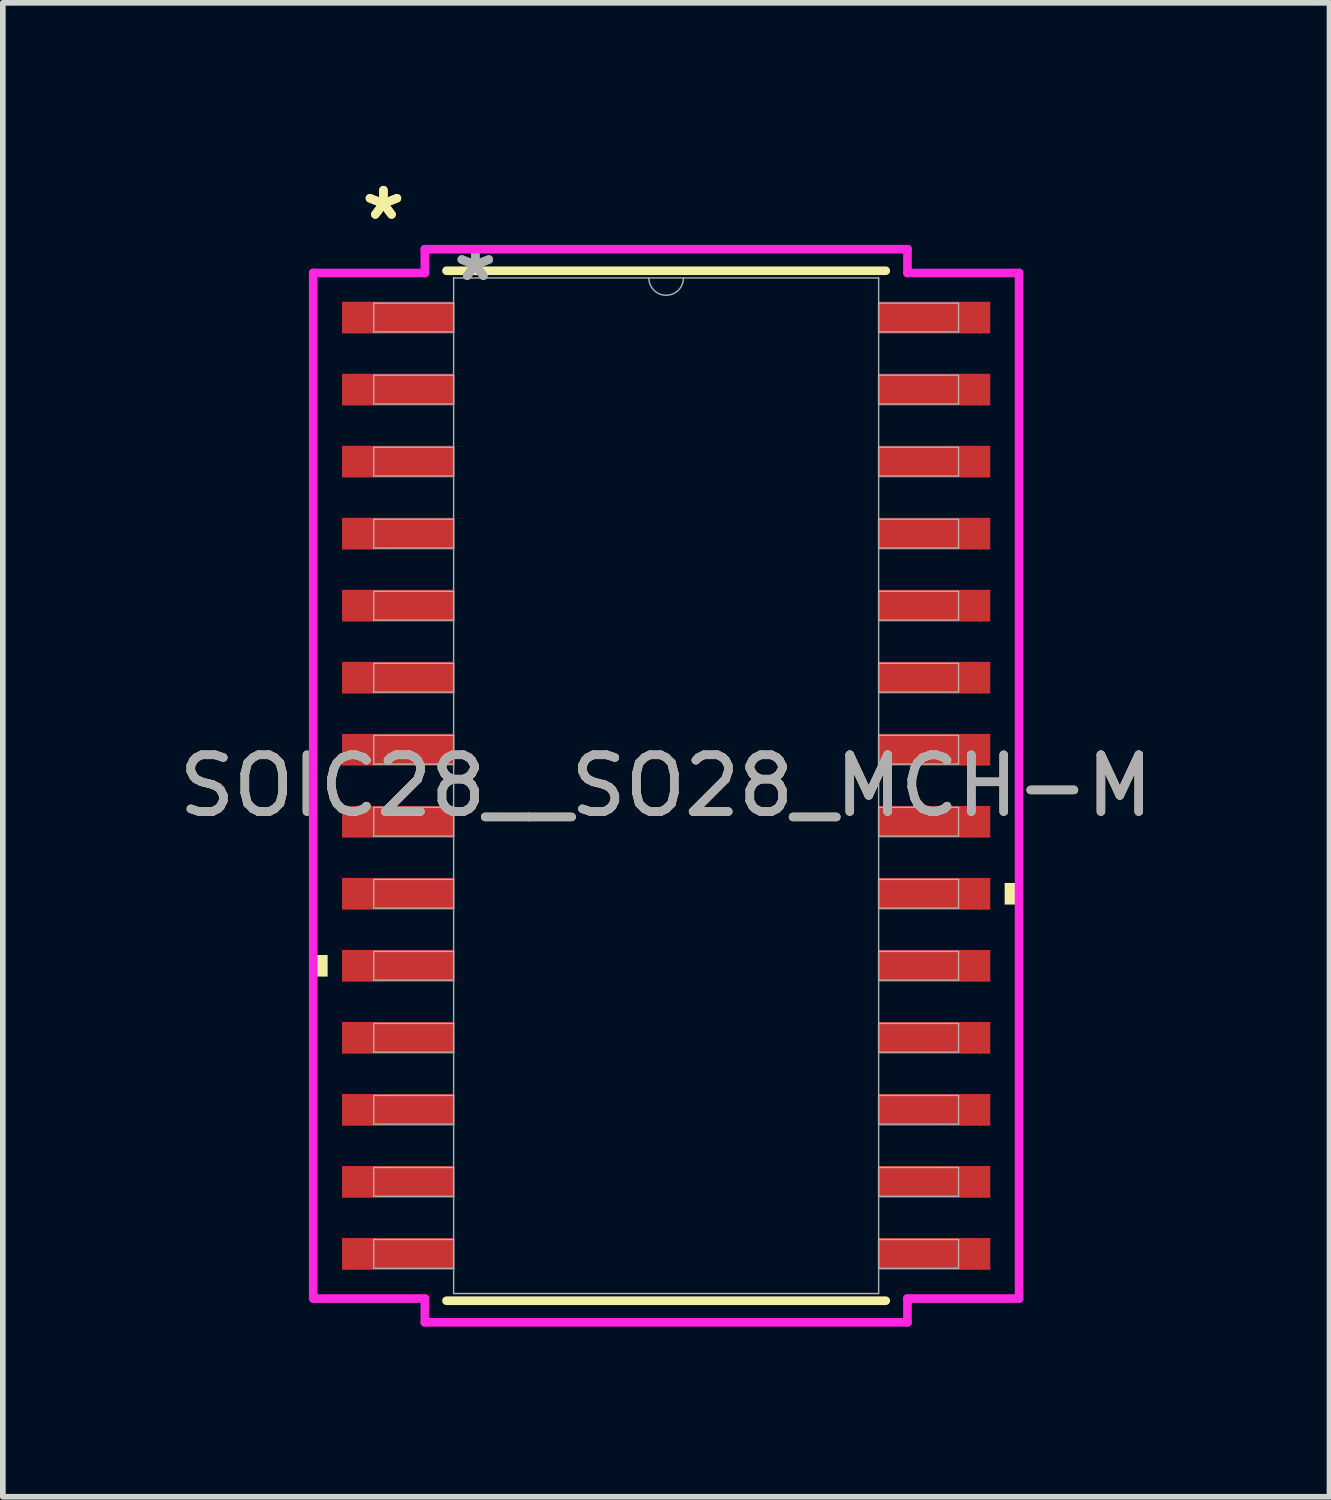
<source format=kicad_pcb>
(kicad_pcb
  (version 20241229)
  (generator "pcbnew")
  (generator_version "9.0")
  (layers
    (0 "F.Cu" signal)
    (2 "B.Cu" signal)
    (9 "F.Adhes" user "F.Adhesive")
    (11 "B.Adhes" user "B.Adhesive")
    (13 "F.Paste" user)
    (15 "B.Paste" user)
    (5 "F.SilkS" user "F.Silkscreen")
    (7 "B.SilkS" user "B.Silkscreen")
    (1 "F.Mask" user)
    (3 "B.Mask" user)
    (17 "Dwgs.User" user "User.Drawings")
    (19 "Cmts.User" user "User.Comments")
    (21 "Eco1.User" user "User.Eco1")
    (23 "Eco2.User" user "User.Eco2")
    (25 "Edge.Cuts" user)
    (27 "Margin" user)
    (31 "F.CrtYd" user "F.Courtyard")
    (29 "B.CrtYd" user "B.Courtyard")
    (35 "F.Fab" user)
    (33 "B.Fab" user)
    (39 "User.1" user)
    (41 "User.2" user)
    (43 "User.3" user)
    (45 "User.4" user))
  (footprint "SOIC28__SO28_MCH-M"
    (layer "F.Cu")
    (at 8.696 10.805)
    (property "Reference" "SOIC28__SO28_MCH-M" (at 0 0 0) (unlocked yes) (layer "F.SilkS") (effects (font (size 1 1) (thickness 0.15))))
    (attr smd)
    (fp_line (start -3.873 9.081) (end 3.873 9.081) (stroke (width 0.152) (type solid)) (layer "F.SilkS"))
    (fp_line (start 3.873 -9.081) (end -3.873 -9.081) (stroke (width 0.152) (type solid)) (layer "F.SilkS"))
    (fp_poly (pts (xy -6.223 2.985) (xy -6.223 3.365) (xy -5.969 3.365) (xy -5.969 2.985)) (stroke (width 0) (type solid)) (fill yes) (layer "F.SilkS"))
    (fp_poly (pts (xy 6.223 1.714) (xy 6.223 2.095) (xy 5.969 2.095) (xy 5.969 1.714)) (stroke (width 0) (type solid)) (fill yes) (layer "F.SilkS"))
    (fp_line (start -6.223 -9.042) (end -4.255 -9.042) (stroke (width 0.152) (type solid)) (layer "F.CrtYd"))
    (fp_line (start -6.223 9.042) (end -6.223 -9.042) (stroke (width 0.152) (type solid)) (layer "F.CrtYd"))
    (fp_line (start -6.223 9.042) (end -4.255 9.042) (stroke (width 0.152) (type solid)) (layer "F.CrtYd"))
    (fp_line (start -4.255 -9.461) (end 4.255 -9.461) (stroke (width 0.152) (type solid)) (layer "F.CrtYd"))
    (fp_line (start -4.255 -9.042) (end -4.255 -9.461) (stroke (width 0.152) (type solid)) (layer "F.CrtYd"))
    (fp_line (start -4.255 9.461) (end -4.255 9.042) (stroke (width 0.152) (type solid)) (layer "F.CrtYd"))
    (fp_line (start 4.255 -9.461) (end 4.255 -9.042) (stroke (width 0.152) (type solid)) (layer "F.CrtYd"))
    (fp_line (start 4.255 9.042) (end 4.255 9.461) (stroke (width 0.152) (type solid)) (layer "F.CrtYd"))
    (fp_line (start 4.255 9.461) (end -4.255 9.461) (stroke (width 0.152) (type solid)) (layer "F.CrtYd"))
    (fp_line (start 6.223 -9.042) (end 4.255 -9.042) (stroke (width 0.152) (type solid)) (layer "F.CrtYd"))
    (fp_line (start 6.223 -9.042) (end 6.223 9.042) (stroke (width 0.152) (type solid)) (layer "F.CrtYd"))
    (fp_line (start 6.223 9.042) (end 4.255 9.042) (stroke (width 0.152) (type solid)) (layer "F.CrtYd"))
    (fp_line (start -5.156 -8.509) (end -5.156 -8.001) (stroke (width 0.025) (type solid)) (layer "F.Fab"))
    (fp_line (start -5.156 -8.001) (end -3.747 -8.001) (stroke (width 0.025) (type solid)) (layer "F.Fab"))
    (fp_line (start -5.156 -7.239) (end -5.156 -6.731) (stroke (width 0.025) (type solid)) (layer "F.Fab"))
    (fp_line (start -5.156 -6.731) (end -3.747 -6.731) (stroke (width 0.025) (type solid)) (layer "F.Fab"))
    (fp_line (start -5.156 -5.969) (end -5.156 -5.461) (stroke (width 0.025) (type solid)) (layer "F.Fab"))
    (fp_line (start -5.156 -5.461) (end -3.747 -5.461) (stroke (width 0.025) (type solid)) (layer "F.Fab"))
    (fp_line (start -5.156 -4.699) (end -5.156 -4.191) (stroke (width 0.025) (type solid)) (layer "F.Fab"))
    (fp_line (start -5.156 -4.191) (end -3.747 -4.191) (stroke (width 0.025) (type solid)) (layer "F.Fab"))
    (fp_line (start -5.156 -3.429) (end -5.156 -2.921) (stroke (width 0.025) (type solid)) (layer "F.Fab"))
    (fp_line (start -5.156 -2.921) (end -3.747 -2.921) (stroke (width 0.025) (type solid)) (layer "F.Fab"))
    (fp_line (start -5.156 -2.159) (end -5.156 -1.651) (stroke (width 0.025) (type solid)) (layer "F.Fab"))
    (fp_line (start -5.156 -1.651) (end -3.747 -1.651) (stroke (width 0.025) (type solid)) (layer "F.Fab"))
    (fp_line (start -5.156 -0.889) (end -5.156 -0.381) (stroke (width 0.025) (type solid)) (layer "F.Fab"))
    (fp_line (start -5.156 -0.381) (end -3.747 -0.381) (stroke (width 0.025) (type solid)) (layer "F.Fab"))
    (fp_line (start -5.156 0.381) (end -5.156 0.889) (stroke (width 0.025) (type solid)) (layer "F.Fab"))
    (fp_line (start -5.156 0.889) (end -3.747 0.889) (stroke (width 0.025) (type solid)) (layer "F.Fab"))
    (fp_line (start -5.156 1.651) (end -5.156 2.159) (stroke (width 0.025) (type solid)) (layer "F.Fab"))
    (fp_line (start -5.156 2.159) (end -3.747 2.159) (stroke (width 0.025) (type solid)) (layer "F.Fab"))
    (fp_line (start -5.156 2.921) (end -5.156 3.429) (stroke (width 0.025) (type solid)) (layer "F.Fab"))
    (fp_line (start -5.156 3.429) (end -3.747 3.429) (stroke (width 0.025) (type solid)) (layer "F.Fab"))
    (fp_line (start -5.156 4.191) (end -5.156 4.699) (stroke (width 0.025) (type solid)) (layer "F.Fab"))
    (fp_line (start -5.156 4.699) (end -3.747 4.699) (stroke (width 0.025) (type solid)) (layer "F.Fab"))
    (fp_line (start -5.156 5.461) (end -5.156 5.969) (stroke (width 0.025) (type solid)) (layer "F.Fab"))
    (fp_line (start -5.156 5.969) (end -3.747 5.969) (stroke (width 0.025) (type solid)) (layer "F.Fab"))
    (fp_line (start -5.156 6.731) (end -5.156 7.239) (stroke (width 0.025) (type solid)) (layer "F.Fab"))
    (fp_line (start -5.156 7.239) (end -3.747 7.239) (stroke (width 0.025) (type solid)) (layer "F.Fab"))
    (fp_line (start -5.156 8.001) (end -5.156 8.509) (stroke (width 0.025) (type solid)) (layer "F.Fab"))
    (fp_line (start -5.156 8.509) (end -3.747 8.509) (stroke (width 0.025) (type solid)) (layer "F.Fab"))
    (fp_line (start -3.747 -8.954) (end -3.747 8.954) (stroke (width 0.025) (type solid)) (layer "F.Fab"))
    (fp_line (start -3.747 -8.509) (end -5.156 -8.509) (stroke (width 0.025) (type solid)) (layer "F.Fab"))
    (fp_line (start -3.747 -8.001) (end -3.747 -8.509) (stroke (width 0.025) (type solid)) (layer "F.Fab"))
    (fp_line (start -3.747 -7.239) (end -5.156 -7.239) (stroke (width 0.025) (type solid)) (layer "F.Fab"))
    (fp_line (start -3.747 -6.731) (end -3.747 -7.239) (stroke (width 0.025) (type solid)) (layer "F.Fab"))
    (fp_line (start -3.747 -5.969) (end -5.156 -5.969) (stroke (width 0.025) (type solid)) (layer "F.Fab"))
    (fp_line (start -3.747 -5.461) (end -3.747 -5.969) (stroke (width 0.025) (type solid)) (layer "F.Fab"))
    (fp_line (start -3.747 -4.699) (end -5.156 -4.699) (stroke (width 0.025) (type solid)) (layer "F.Fab"))
    (fp_line (start -3.747 -4.191) (end -3.747 -4.699) (stroke (width 0.025) (type solid)) (layer "F.Fab"))
    (fp_line (start -3.747 -3.429) (end -5.156 -3.429) (stroke (width 0.025) (type solid)) (layer "F.Fab"))
    (fp_line (start -3.747 -2.921) (end -3.747 -3.429) (stroke (width 0.025) (type solid)) (layer "F.Fab"))
    (fp_line (start -3.747 -2.159) (end -5.156 -2.159) (stroke (width 0.025) (type solid)) (layer "F.Fab"))
    (fp_line (start -3.747 -1.651) (end -3.747 -2.159) (stroke (width 0.025) (type solid)) (layer "F.Fab"))
    (fp_line (start -3.747 -0.889) (end -5.156 -0.889) (stroke (width 0.025) (type solid)) (layer "F.Fab"))
    (fp_line (start -3.747 -0.381) (end -3.747 -0.889) (stroke (width 0.025) (type solid)) (layer "F.Fab"))
    (fp_line (start -3.747 0.381) (end -5.156 0.381) (stroke (width 0.025) (type solid)) (layer "F.Fab"))
    (fp_line (start -3.747 0.889) (end -3.747 0.381) (stroke (width 0.025) (type solid)) (layer "F.Fab"))
    (fp_line (start -3.747 1.651) (end -5.156 1.651) (stroke (width 0.025) (type solid)) (layer "F.Fab"))
    (fp_line (start -3.747 2.159) (end -3.747 1.651) (stroke (width 0.025) (type solid)) (layer "F.Fab"))
    (fp_line (start -3.747 2.921) (end -5.156 2.921) (stroke (width 0.025) (type solid)) (layer "F.Fab"))
    (fp_line (start -3.747 3.429) (end -3.747 2.921) (stroke (width 0.025) (type solid)) (layer "F.Fab"))
    (fp_line (start -3.747 4.191) (end -5.156 4.191) (stroke (width 0.025) (type solid)) (layer "F.Fab"))
    (fp_line (start -3.747 4.699) (end -3.747 4.191) (stroke (width 0.025) (type solid)) (layer "F.Fab"))
    (fp_line (start -3.747 5.461) (end -5.156 5.461) (stroke (width 0.025) (type solid)) (layer "F.Fab"))
    (fp_line (start -3.747 5.969) (end -3.747 5.461) (stroke (width 0.025) (type solid)) (layer "F.Fab"))
    (fp_line (start -3.747 6.731) (end -5.156 6.731) (stroke (width 0.025) (type solid)) (layer "F.Fab"))
    (fp_line (start -3.747 7.239) (end -3.747 6.731) (stroke (width 0.025) (type solid)) (layer "F.Fab"))
    (fp_line (start -3.747 8.001) (end -5.156 8.001) (stroke (width 0.025) (type solid)) (layer "F.Fab"))
    (fp_line (start -3.747 8.509) (end -3.747 8.001) (stroke (width 0.025) (type solid)) (layer "F.Fab"))
    (fp_line (start -3.747 8.954) (end 3.747 8.954) (stroke (width 0.025) (type solid)) (layer "F.Fab"))
    (fp_line (start 3.747 -8.954) (end -3.747 -8.954) (stroke (width 0.025) (type solid)) (layer "F.Fab"))
    (fp_line (start 3.747 -8.509) (end 3.747 -8.001) (stroke (width 0.025) (type solid)) (layer "F.Fab"))
    (fp_line (start 3.747 -8.001) (end 5.156 -8.001) (stroke (width 0.025) (type solid)) (layer "F.Fab"))
    (fp_line (start 3.747 -7.239) (end 3.747 -6.731) (stroke (width 0.025) (type solid)) (layer "F.Fab"))
    (fp_line (start 3.747 -6.731) (end 5.156 -6.731) (stroke (width 0.025) (type solid)) (layer "F.Fab"))
    (fp_line (start 3.747 -5.969) (end 3.747 -5.461) (stroke (width 0.025) (type solid)) (layer "F.Fab"))
    (fp_line (start 3.747 -5.461) (end 5.156 -5.461) (stroke (width 0.025) (type solid)) (layer "F.Fab"))
    (fp_line (start 3.747 -4.699) (end 3.747 -4.191) (stroke (width 0.025) (type solid)) (layer "F.Fab"))
    (fp_line (start 3.747 -4.191) (end 5.156 -4.191) (stroke (width 0.025) (type solid)) (layer "F.Fab"))
    (fp_line (start 3.747 -3.429) (end 3.747 -2.921) (stroke (width 0.025) (type solid)) (layer "F.Fab"))
    (fp_line (start 3.747 -2.921) (end 5.156 -2.921) (stroke (width 0.025) (type solid)) (layer "F.Fab"))
    (fp_line (start 3.747 -2.159) (end 3.747 -1.651) (stroke (width 0.025) (type solid)) (layer "F.Fab"))
    (fp_line (start 3.747 -1.651) (end 5.156 -1.651) (stroke (width 0.025) (type solid)) (layer "F.Fab"))
    (fp_line (start 3.747 -0.889) (end 3.747 -0.381) (stroke (width 0.025) (type solid)) (layer "F.Fab"))
    (fp_line (start 3.747 -0.381) (end 5.156 -0.381) (stroke (width 0.025) (type solid)) (layer "F.Fab"))
    (fp_line (start 3.747 0.381) (end 3.747 0.889) (stroke (width 0.025) (type solid)) (layer "F.Fab"))
    (fp_line (start 3.747 0.889) (end 5.156 0.889) (stroke (width 0.025) (type solid)) (layer "F.Fab"))
    (fp_line (start 3.747 1.651) (end 3.747 2.159) (stroke (width 0.025) (type solid)) (layer "F.Fab"))
    (fp_line (start 3.747 2.159) (end 5.156 2.159) (stroke (width 0.025) (type solid)) (layer "F.Fab"))
    (fp_line (start 3.747 2.921) (end 3.747 3.429) (stroke (width 0.025) (type solid)) (layer "F.Fab"))
    (fp_line (start 3.747 3.429) (end 5.156 3.429) (stroke (width 0.025) (type solid)) (layer "F.Fab"))
    (fp_line (start 3.747 4.191) (end 3.747 4.699) (stroke (width 0.025) (type solid)) (layer "F.Fab"))
    (fp_line (start 3.747 4.699) (end 5.156 4.699) (stroke (width 0.025) (type solid)) (layer "F.Fab"))
    (fp_line (start 3.747 5.461) (end 3.747 5.969) (stroke (width 0.025) (type solid)) (layer "F.Fab"))
    (fp_line (start 3.747 5.969) (end 5.156 5.969) (stroke (width 0.025) (type solid)) (layer "F.Fab"))
    (fp_line (start 3.747 6.731) (end 3.747 7.239) (stroke (width 0.025) (type solid)) (layer "F.Fab"))
    (fp_line (start 3.747 7.239) (end 5.156 7.239) (stroke (width 0.025) (type solid)) (layer "F.Fab"))
    (fp_line (start 3.747 8.001) (end 3.747 8.509) (stroke (width 0.025) (type solid)) (layer "F.Fab"))
    (fp_line (start 3.747 8.509) (end 5.156 8.509) (stroke (width 0.025) (type solid)) (layer "F.Fab"))
    (fp_line (start 3.747 8.954) (end 3.747 -8.954) (stroke (width 0.025) (type solid)) (layer "F.Fab"))
    (fp_line (start 5.156 -8.509) (end 3.747 -8.509) (stroke (width 0.025) (type solid)) (layer "F.Fab"))
    (fp_line (start 5.156 -8.001) (end 5.156 -8.509) (stroke (width 0.025) (type solid)) (layer "F.Fab"))
    (fp_line (start 5.156 -7.239) (end 3.747 -7.239) (stroke (width 0.025) (type solid)) (layer "F.Fab"))
    (fp_line (start 5.156 -6.731) (end 5.156 -7.239) (stroke (width 0.025) (type solid)) (layer "F.Fab"))
    (fp_line (start 5.156 -5.969) (end 3.747 -5.969) (stroke (width 0.025) (type solid)) (layer "F.Fab"))
    (fp_line (start 5.156 -5.461) (end 5.156 -5.969) (stroke (width 0.025) (type solid)) (layer "F.Fab"))
    (fp_line (start 5.156 -4.699) (end 3.747 -4.699) (stroke (width 0.025) (type solid)) (layer "F.Fab"))
    (fp_line (start 5.156 -4.191) (end 5.156 -4.699) (stroke (width 0.025) (type solid)) (layer "F.Fab"))
    (fp_line (start 5.156 -3.429) (end 3.747 -3.429) (stroke (width 0.025) (type solid)) (layer "F.Fab"))
    (fp_line (start 5.156 -2.921) (end 5.156 -3.429) (stroke (width 0.025) (type solid)) (layer "F.Fab"))
    (fp_line (start 5.156 -2.159) (end 3.747 -2.159) (stroke (width 0.025) (type solid)) (layer "F.Fab"))
    (fp_line (start 5.156 -1.651) (end 5.156 -2.159) (stroke (width 0.025) (type solid)) (layer "F.Fab"))
    (fp_line (start 5.156 -0.889) (end 3.747 -0.889) (stroke (width 0.025) (type solid)) (layer "F.Fab"))
    (fp_line (start 5.156 -0.381) (end 5.156 -0.889) (stroke (width 0.025) (type solid)) (layer "F.Fab"))
    (fp_line (start 5.156 0.381) (end 3.747 0.381) (stroke (width 0.025) (type solid)) (layer "F.Fab"))
    (fp_line (start 5.156 0.889) (end 5.156 0.381) (stroke (width 0.025) (type solid)) (layer "F.Fab"))
    (fp_line (start 5.156 1.651) (end 3.747 1.651) (stroke (width 0.025) (type solid)) (layer "F.Fab"))
    (fp_line (start 5.156 2.159) (end 5.156 1.651) (stroke (width 0.025) (type solid)) (layer "F.Fab"))
    (fp_line (start 5.156 2.921) (end 3.747 2.921) (stroke (width 0.025) (type solid)) (layer "F.Fab"))
    (fp_line (start 5.156 3.429) (end 5.156 2.921) (stroke (width 0.025) (type solid)) (layer "F.Fab"))
    (fp_line (start 5.156 4.191) (end 3.747 4.191) (stroke (width 0.025) (type solid)) (layer "F.Fab"))
    (fp_line (start 5.156 4.699) (end 5.156 4.191) (stroke (width 0.025) (type solid)) (layer "F.Fab"))
    (fp_line (start 5.156 5.461) (end 3.747 5.461) (stroke (width 0.025) (type solid)) (layer "F.Fab"))
    (fp_line (start 5.156 5.969) (end 5.156 5.461) (stroke (width 0.025) (type solid)) (layer "F.Fab"))
    (fp_line (start 5.156 6.731) (end 3.747 6.731) (stroke (width 0.025) (type solid)) (layer "F.Fab"))
    (fp_line (start 5.156 7.239) (end 5.156 6.731) (stroke (width 0.025) (type solid)) (layer "F.Fab"))
    (fp_line (start 5.156 8.001) (end 3.747 8.001) (stroke (width 0.025) (type solid)) (layer "F.Fab"))
    (fp_line (start 5.156 8.509) (end 5.156 8.001) (stroke (width 0.025) (type solid)) (layer "F.Fab"))
    (fp_arc (start 0.3048 -8.9535) (mid 0 -8.6487) (end -0.3048 -8.9535) (stroke (width 0.0254) (type solid)) (layer "F.Fab"))
    (fp_text user "*" (at -4.985 -9.957 0) (layer "F.SilkS") (effects (font (size 1 1) (thickness 0.15))))
    (fp_text user "*" (at -4.985 -9.957 0) (unlocked yes) (layer "F.SilkS") (effects (font (size 1 1) (thickness 0.15))))
    (fp_text user "*" (at -3.365 -8.877 0) (layer "F.Fab") (effects (font (size 1 1) (thickness 0.15))))
    (fp_text user "*" (at -3.365 -8.877 0) (unlocked yes) (layer "F.Fab") (effects (font (size 1 1) (thickness 0.15))))
    (fp_text user "${REFERENCE}" (at 0 0 0) (unlocked yes) (layer "F.Fab") (effects (font (size 1 1) (thickness 0.15))))
    (pad "1" smd rect (at -4.731 -8.255) (size 1.968 0.559) (layers "F.Cu" "F.Mask" "F.Paste"))
    (pad "2" smd rect (at -4.731 -6.985) (size 1.968 0.559) (layers "F.Cu" "F.Mask" "F.Paste"))
    (pad "3" smd rect (at -4.731 -5.715) (size 1.968 0.559) (layers "F.Cu" "F.Mask" "F.Paste"))
    (pad "4" smd rect (at -4.731 -4.445) (size 1.968 0.559) (layers "F.Cu" "F.Mask" "F.Paste"))
    (pad "5" smd rect (at -4.731 -3.175) (size 1.968 0.559) (layers "F.Cu" "F.Mask" "F.Paste"))
    (pad "6" smd rect (at -4.731 -1.905) (size 1.968 0.559) (layers "F.Cu" "F.Mask" "F.Paste"))
    (pad "7" smd rect (at -4.731 -0.635) (size 1.968 0.559) (layers "F.Cu" "F.Mask" "F.Paste"))
    (pad "8" smd rect (at -4.731 0.635) (size 1.968 0.559) (layers "F.Cu" "F.Mask" "F.Paste"))
    (pad "9" smd rect (at -4.731 1.905) (size 1.968 0.559) (layers "F.Cu" "F.Mask" "F.Paste"))
    (pad "10" smd rect (at -4.731 3.175) (size 1.968 0.559) (layers "F.Cu" "F.Mask" "F.Paste"))
    (pad "11" smd rect (at -4.731 4.445) (size 1.968 0.559) (layers "F.Cu" "F.Mask" "F.Paste"))
    (pad "12" smd rect (at -4.731 5.715) (size 1.968 0.559) (layers "F.Cu" "F.Mask" "F.Paste"))
    (pad "13" smd rect (at -4.731 6.985) (size 1.968 0.559) (layers "F.Cu" "F.Mask" "F.Paste"))
    (pad "14" smd rect (at -4.731 8.255) (size 1.968 0.559) (layers "F.Cu" "F.Mask" "F.Paste"))
    (pad "15" smd rect (at 4.731 8.255) (size 1.968 0.559) (layers "F.Cu" "F.Mask" "F.Paste"))
    (pad "16" smd rect (at 4.731 6.985) (size 1.968 0.559) (layers "F.Cu" "F.Mask" "F.Paste"))
    (pad "17" smd rect (at 4.731 5.715) (size 1.968 0.559) (layers "F.Cu" "F.Mask" "F.Paste"))
    (pad "18" smd rect (at 4.731 4.445) (size 1.968 0.559) (layers "F.Cu" "F.Mask" "F.Paste"))
    (pad "19" smd rect (at 4.731 3.175) (size 1.968 0.559) (layers "F.Cu" "F.Mask" "F.Paste"))
    (pad "20" smd rect (at 4.731 1.905) (size 1.968 0.559) (layers "F.Cu" "F.Mask" "F.Paste"))
    (pad "21" smd rect (at 4.731 0.635) (size 1.968 0.559) (layers "F.Cu" "F.Mask" "F.Paste"))
    (pad "22" smd rect (at 4.731 -0.635) (size 1.968 0.559) (layers "F.Cu" "F.Mask" "F.Paste"))
    (pad "23" smd rect (at 4.731 -1.905) (size 1.968 0.559) (layers "F.Cu" "F.Mask" "F.Paste"))
    (pad "24" smd rect (at 4.731 -3.175) (size 1.968 0.559) (layers "F.Cu" "F.Mask" "F.Paste"))
    (pad "25" smd rect (at 4.731 -4.445) (size 1.968 0.559) (layers "F.Cu" "F.Mask" "F.Paste"))
    (pad "26" smd rect (at 4.731 -5.715) (size 1.968 0.559) (layers "F.Cu" "F.Mask" "F.Paste"))
    (pad "27" smd rect (at 4.731 -6.985) (size 1.968 0.559) (layers "F.Cu" "F.Mask" "F.Paste"))
    (pad "28" smd rect (at 4.731 -8.255) (size 1.968 0.559) (layers "F.Cu" "F.Mask" "F.Paste")))
  (gr_rect
    (start -3 -3)
    (end 20.393 23.343)
    (stroke (width 0.1) (type default))
    (fill no)
    (layer "Edge.Cuts")))
</source>
